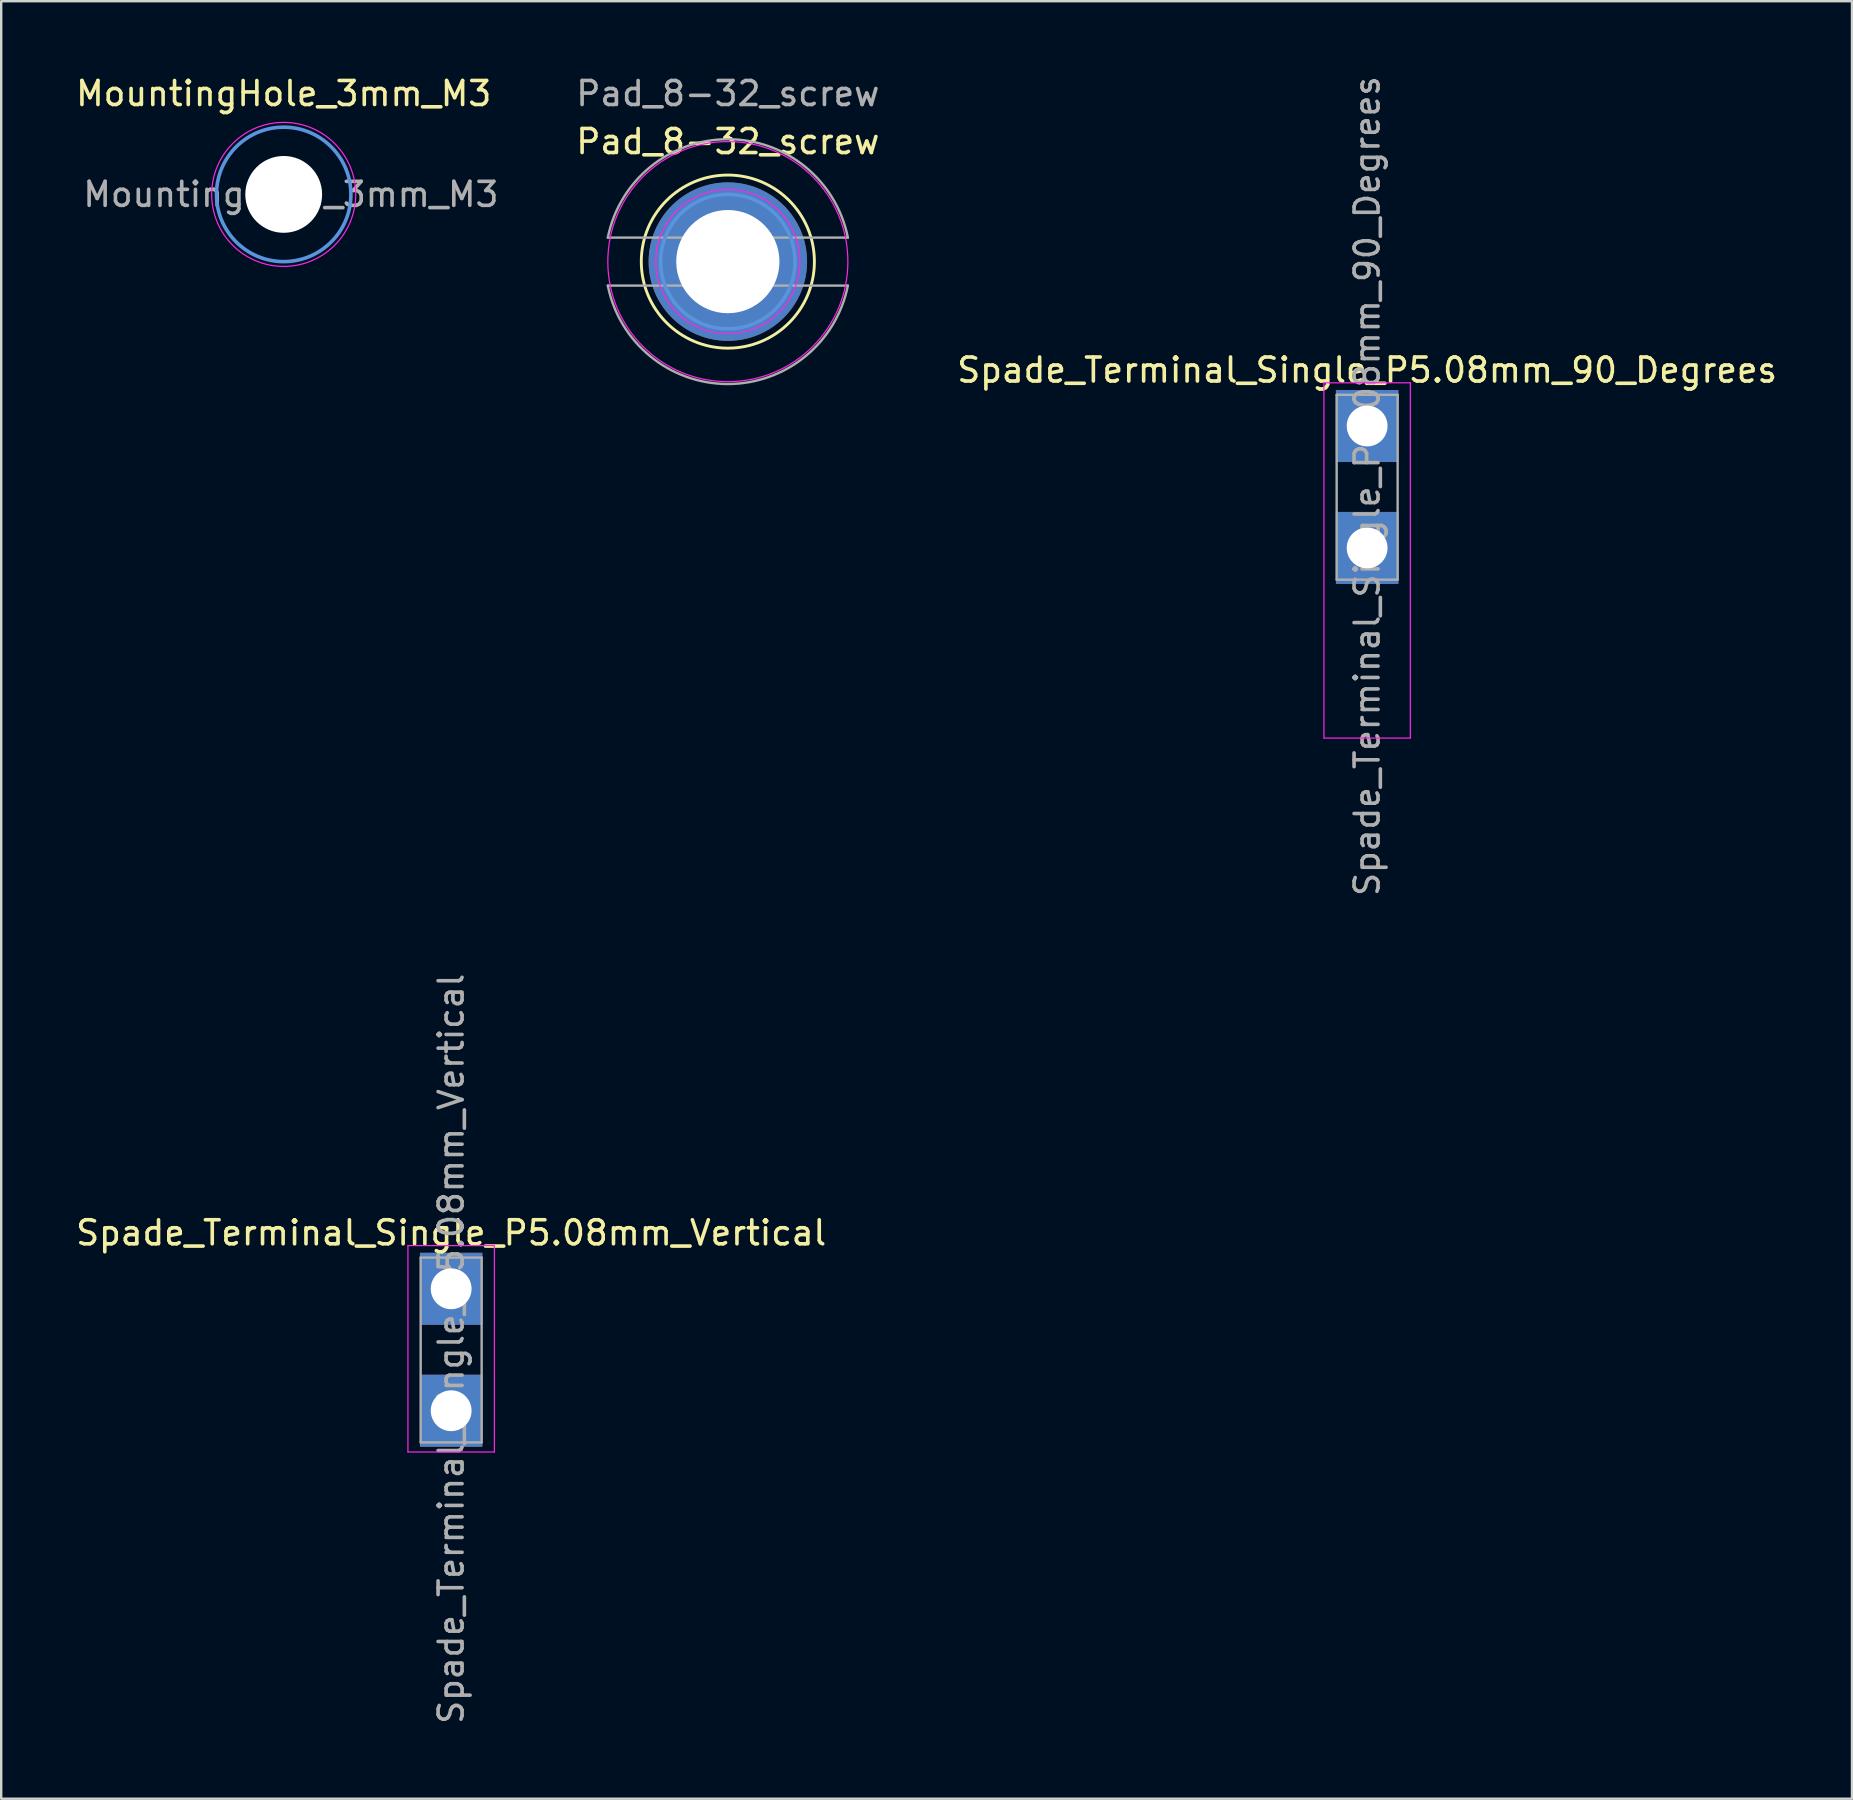
<source format=kicad_pcb>
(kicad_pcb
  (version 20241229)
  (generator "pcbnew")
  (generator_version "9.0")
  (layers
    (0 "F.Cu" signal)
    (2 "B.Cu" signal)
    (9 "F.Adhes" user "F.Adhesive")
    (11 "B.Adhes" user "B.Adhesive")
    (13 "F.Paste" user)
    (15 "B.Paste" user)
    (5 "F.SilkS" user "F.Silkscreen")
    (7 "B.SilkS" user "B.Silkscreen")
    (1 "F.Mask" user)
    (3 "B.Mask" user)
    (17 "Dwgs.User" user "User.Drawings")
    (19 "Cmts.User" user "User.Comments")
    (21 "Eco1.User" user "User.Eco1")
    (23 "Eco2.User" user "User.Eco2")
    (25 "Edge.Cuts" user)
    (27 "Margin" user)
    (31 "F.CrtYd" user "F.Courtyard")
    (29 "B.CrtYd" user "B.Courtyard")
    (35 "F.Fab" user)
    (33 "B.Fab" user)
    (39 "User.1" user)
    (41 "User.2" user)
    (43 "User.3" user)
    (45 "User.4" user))
  (footprint "MountingHole_3mm_M3"
    (layer "F.Cu")
    (at 8.768 5.048)
    (property "Reference" "MountingHole_3mm_M3" (at 0 -4.2 0) (layer "F.SilkS") (effects (font (size 1 1) (thickness 0.15))))
    (attr exclude_from_pos_files exclude_from_bom)
    (fp_circle (center 0 0) (end 2.8 0) (stroke (width 0.15) (type solid)) (fill no) (layer "Cmts.User"))
    (fp_circle (center 0 0) (end 3 0) (stroke (width 0.05) (type solid)) (fill no) (layer "F.CrtYd"))
    (fp_text user "${REFERENCE}" (at 0.3 0 0) (layer "F.Fab") (effects (font (size 1 1) (thickness 0.15))))
    (pad "" np_thru_hole circle (at 0 0) (size 3.2 3.2) (drill 3.2) (layers "*.Cu" "*.Mask")))
  (footprint "Spade_Terminal_Single_P5.08mm_Vertical"
    (layer "F.Cu")
    (at 15.744 50.637)
    (property "Reference" "Spade_Terminal_Single_P5.08mm_Vertical" (at 0 -2.33 0) (layer "F.SilkS") (effects (font (size 1 1) (thickness 0.15))))
    (attr through_hole)
    (fp_line (start -1.8 -1.8) (end -1.8 6.8) (stroke (width 0.05) (type solid)) (layer "F.CrtYd"))
    (fp_line (start -1.8 6.8) (end 1.8 6.8) (stroke (width 0.05) (type solid)) (layer "F.CrtYd"))
    (fp_line (start 1.8 -1.8) (end -1.8 -1.8) (stroke (width 0.05) (type solid)) (layer "F.CrtYd"))
    (fp_line (start 1.8 6.8) (end 1.8 -1.8) (stroke (width 0.05) (type solid)) (layer "F.CrtYd"))
    (fp_line (start -1.27 -1.3) (end 1.27 -1.3) (stroke (width 0.1) (type solid)) (layer "F.Fab"))
    (fp_line (start -1.27 6.4) (end -1.27 -1.3) (stroke (width 0.1) (type solid)) (layer "F.Fab"))
    (fp_line (start 1.27 -1.3) (end 1.27 6.4) (stroke (width 0.1) (type solid)) (layer "F.Fab"))
    (fp_line (start 1.27 6.4) (end -1.27 6.4) (stroke (width 0.1) (type solid)) (layer "F.Fab"))
    (fp_text user "${REFERENCE}" (at 0 2.5 90) (layer "F.Fab") (effects (font (size 1 1) (thickness 0.15))))
    (pad "1" thru_hole rect (at 0 0) (size 2.6 3) (drill 1.7) (layers "*.Cu" "*.Mask"))
    (pad "1" thru_hole rect (at 0 5.08) (size 2.6 3) (drill 1.7) (layers "*.Cu" "*.Mask")))
  (footprint "Pad_8-32_screw"
    (layer "F.Cu")
    (at 27.27 7.848)
    (property "Reference" "Pad_8-32_screw" (at 0 -5 0) (layer "F.SilkS") (effects (font (size 1 1) (thickness 0.15))))
    (attr exclude_from_pos_files exclude_from_bom)
    (fp_circle (center 0 0) (end -2 -3) (stroke (width 0.12) (type default)) (fill no) (layer "F.SilkS"))
    (fp_circle (center 0 0) (end 2.8 0) (stroke (width 0.15) (type solid)) (fill no) (layer "Cmts.User"))
    (fp_circle (center 0 0) (end 3 0) (stroke (width 0.05) (type solid)) (fill no) (layer "F.CrtYd"))
    (fp_circle (center 0 0) (end 5 0) (stroke (width 0.05) (type default)) (fill no) (layer "F.CrtYd"))
    (fp_line (start -5 -1) (end 5 -1) (stroke (width 0.1) (type default)) (layer "F.Fab"))
    (fp_line (start -5 1) (end 5 1) (stroke (width 0.1) (type default)) (layer "F.Fab"))
    (fp_arc (start -5 -1) (mid 0 -5.09902) (end 5 -1) (stroke (width 0.1) (type default)) (layer "F.Fab"))
    (fp_arc (start 4.999999 1) (mid 0 5.099019) (end -4.999999 1) (stroke (width 0.1) (type default)) (layer "F.Fab"))
    (fp_text user "${REFERENCE}" (at 0 -7 0) (layer "F.Fab") (effects (font (size 1 1) (thickness 0.15))))
    (pad "1" thru_hole circle (at 0 0) (size 6.6 6.6) (drill 4.3) (layers "*.Cu" "*.Mask")))
  (footprint "Spade_Terminal_Single_P5.08mm_90_Degrees"
    (layer "F.Cu")
    (at 53.901 14.696)
    (property "Reference" "Spade_Terminal_Single_P5.08mm_90_Degrees" (at 0 -2.33 0) (layer "F.SilkS") (effects (font (size 1 1) (thickness 0.15))))
    (attr through_hole)
    (fp_line (start -1.8 -1.8) (end -1.8 13) (stroke (width 0.05) (type solid)) (layer "F.CrtYd"))
    (fp_line (start -1.8 13) (end 1.8 13) (stroke (width 0.05) (type solid)) (layer "F.CrtYd"))
    (fp_line (start 1.8 -1.8) (end -1.8 -1.8) (stroke (width 0.05) (type solid)) (layer "F.CrtYd"))
    (fp_line (start 1.8 13) (end 1.8 -1.8) (stroke (width 0.05) (type solid)) (layer "F.CrtYd"))
    (fp_line (start -1.27 -1.3) (end 1.27 -1.3) (stroke (width 0.1) (type solid)) (layer "F.Fab"))
    (fp_line (start -1.27 6.4) (end -1.27 -1.3) (stroke (width 0.1) (type solid)) (layer "F.Fab"))
    (fp_line (start 1.27 -1.3) (end 1.27 6.4) (stroke (width 0.1) (type solid)) (layer "F.Fab"))
    (fp_line (start 1.27 6.4) (end -1.27 6.4) (stroke (width 0.1) (type solid)) (layer "F.Fab"))
    (fp_text user "${REFERENCE}" (at 0 2.5 90) (layer "F.Fab") (effects (font (size 1 1) (thickness 0.15))))
    (pad "1" thru_hole rect (at 0 0) (size 2.6 3) (drill 1.7) (layers "*.Cu" "*.Mask"))
    (pad "1" thru_hole rect (at 0 5.08) (size 2.6 3) (drill 1.7) (layers "*.Cu" "*.Mask")))
  (gr_rect
    (start -3 -3)
    (end 74.098 71.881)
    (stroke (width 0.1) (type default))
    (fill no)
    (layer "Edge.Cuts")))
</source>
